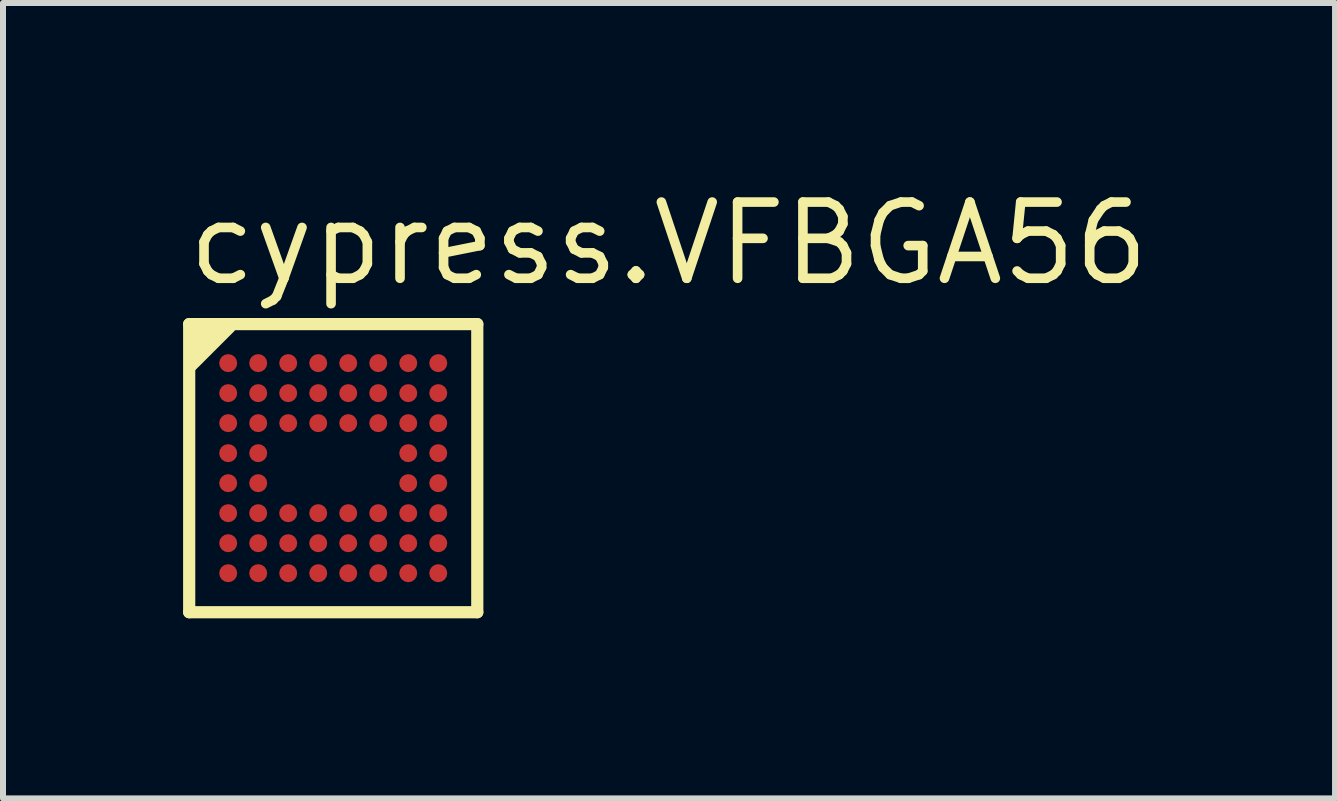
<source format=kicad_pcb>
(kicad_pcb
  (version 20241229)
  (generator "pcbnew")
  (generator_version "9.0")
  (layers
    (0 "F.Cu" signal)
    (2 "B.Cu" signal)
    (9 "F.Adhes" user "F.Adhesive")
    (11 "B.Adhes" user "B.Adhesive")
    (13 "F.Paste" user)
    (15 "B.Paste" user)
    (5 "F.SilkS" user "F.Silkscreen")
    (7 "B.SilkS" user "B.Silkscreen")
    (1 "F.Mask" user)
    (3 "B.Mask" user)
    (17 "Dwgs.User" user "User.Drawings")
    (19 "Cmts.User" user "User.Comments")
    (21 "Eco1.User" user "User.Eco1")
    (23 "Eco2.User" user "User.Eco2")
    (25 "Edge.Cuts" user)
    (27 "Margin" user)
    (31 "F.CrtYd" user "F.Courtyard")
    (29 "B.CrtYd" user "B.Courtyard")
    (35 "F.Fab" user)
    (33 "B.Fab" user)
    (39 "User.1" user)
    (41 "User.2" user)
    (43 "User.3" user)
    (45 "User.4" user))
  (footprint "cypress.VFBGA56"
    (layer "F.Cu")
    (at 2.502 4.75)
    (property "Reference" "cypress.VFBGA56" (at -2.5 -3 0) (layer "F.SilkS") (effects (font (size 1.27 1.27) (thickness 0.16)) (justify left bottom)))
    (attr smd)
    (fp_circle (center -1.75 -1.75) (end -1.6 -1.75) (stroke (width 0.1) (type default)) (fill no) (layer "F.Mask"))
    (fp_circle (center -1.75 -1.25) (end -1.6 -1.25) (stroke (width 0.1) (type default)) (fill no) (layer "F.Mask"))
    (fp_circle (center -1.75 -0.75) (end -1.6 -0.75) (stroke (width 0.1) (type default)) (fill no) (layer "F.Mask"))
    (fp_circle (center -1.75 -0.25) (end -1.6 -0.25) (stroke (width 0.1) (type default)) (fill no) (layer "F.Mask"))
    (fp_circle (center -1.75 0.25) (end -1.6 0.25) (stroke (width 0.1) (type default)) (fill no) (layer "F.Mask"))
    (fp_circle (center -1.75 0.75) (end -1.6 0.75) (stroke (width 0.1) (type default)) (fill no) (layer "F.Mask"))
    (fp_circle (center -1.75 1.25) (end -1.6 1.25) (stroke (width 0.1) (type default)) (fill no) (layer "F.Mask"))
    (fp_circle (center -1.75 1.75) (end -1.6 1.75) (stroke (width 0.1) (type default)) (fill no) (layer "F.Mask"))
    (fp_circle (center -1.25 -1.75) (end -1.1 -1.75) (stroke (width 0.1) (type default)) (fill no) (layer "F.Mask"))
    (fp_circle (center -1.25 -1.25) (end -1.1 -1.25) (stroke (width 0.1) (type default)) (fill no) (layer "F.Mask"))
    (fp_circle (center -1.25 -0.75) (end -1.1 -0.75) (stroke (width 0.1) (type default)) (fill no) (layer "F.Mask"))
    (fp_circle (center -1.25 -0.25) (end -1.1 -0.25) (stroke (width 0.1) (type default)) (fill no) (layer "F.Mask"))
    (fp_circle (center -1.25 0.25) (end -1.1 0.25) (stroke (width 0.1) (type default)) (fill no) (layer "F.Mask"))
    (fp_circle (center -1.25 0.75) (end -1.1 0.75) (stroke (width 0.1) (type default)) (fill no) (layer "F.Mask"))
    (fp_circle (center -1.25 1.25) (end -1.1 1.25) (stroke (width 0.1) (type default)) (fill no) (layer "F.Mask"))
    (fp_circle (center -1.25 1.75) (end -1.1 1.75) (stroke (width 0.1) (type default)) (fill no) (layer "F.Mask"))
    (fp_circle (center -0.75 -1.75) (end -0.6 -1.75) (stroke (width 0.1) (type default)) (fill no) (layer "F.Mask"))
    (fp_circle (center -0.75 -1.25) (end -0.6 -1.25) (stroke (width 0.1) (type default)) (fill no) (layer "F.Mask"))
    (fp_circle (center -0.75 -0.75) (end -0.6 -0.75) (stroke (width 0.1) (type default)) (fill no) (layer "F.Mask"))
    (fp_circle (center -0.75 0.75) (end -0.6 0.75) (stroke (width 0.1) (type default)) (fill no) (layer "F.Mask"))
    (fp_circle (center -0.75 1.25) (end -0.6 1.25) (stroke (width 0.1) (type default)) (fill no) (layer "F.Mask"))
    (fp_circle (center -0.75 1.75) (end -0.6 1.75) (stroke (width 0.1) (type default)) (fill no) (layer "F.Mask"))
    (fp_circle (center -0.25 -1.75) (end -0.1 -1.75) (stroke (width 0.1) (type default)) (fill no) (layer "F.Mask"))
    (fp_circle (center -0.25 -1.25) (end -0.1 -1.25) (stroke (width 0.1) (type default)) (fill no) (layer "F.Mask"))
    (fp_circle (center -0.25 -0.75) (end -0.1 -0.75) (stroke (width 0.1) (type default)) (fill no) (layer "F.Mask"))
    (fp_circle (center -0.25 0.75) (end -0.1 0.75) (stroke (width 0.1) (type default)) (fill no) (layer "F.Mask"))
    (fp_circle (center -0.25 1.25) (end -0.1 1.25) (stroke (width 0.1) (type default)) (fill no) (layer "F.Mask"))
    (fp_circle (center -0.25 1.75) (end -0.1 1.75) (stroke (width 0.1) (type default)) (fill no) (layer "F.Mask"))
    (fp_circle (center 0.25 -1.75) (end 0.4 -1.75) (stroke (width 0.1) (type default)) (fill no) (layer "F.Mask"))
    (fp_circle (center 0.25 -1.25) (end 0.4 -1.25) (stroke (width 0.1) (type default)) (fill no) (layer "F.Mask"))
    (fp_circle (center 0.25 -0.75) (end 0.4 -0.75) (stroke (width 0.1) (type default)) (fill no) (layer "F.Mask"))
    (fp_circle (center 0.25 0.75) (end 0.4 0.75) (stroke (width 0.1) (type default)) (fill no) (layer "F.Mask"))
    (fp_circle (center 0.25 1.25) (end 0.4 1.25) (stroke (width 0.1) (type default)) (fill no) (layer "F.Mask"))
    (fp_circle (center 0.25 1.75) (end 0.4 1.75) (stroke (width 0.1) (type default)) (fill no) (layer "F.Mask"))
    (fp_circle (center 0.75 -1.75) (end 0.9 -1.75) (stroke (width 0.1) (type default)) (fill no) (layer "F.Mask"))
    (fp_circle (center 0.75 -1.25) (end 0.9 -1.25) (stroke (width 0.1) (type default)) (fill no) (layer "F.Mask"))
    (fp_circle (center 0.75 -0.75) (end 0.9 -0.75) (stroke (width 0.1) (type default)) (fill no) (layer "F.Mask"))
    (fp_circle (center 0.75 0.75) (end 0.9 0.75) (stroke (width 0.1) (type default)) (fill no) (layer "F.Mask"))
    (fp_circle (center 0.75 1.25) (end 0.9 1.25) (stroke (width 0.1) (type default)) (fill no) (layer "F.Mask"))
    (fp_circle (center 0.75 1.75) (end 0.9 1.75) (stroke (width 0.1) (type default)) (fill no) (layer "F.Mask"))
    (fp_circle (center 1.25 -1.75) (end 1.4 -1.75) (stroke (width 0.1) (type default)) (fill no) (layer "F.Mask"))
    (fp_circle (center 1.25 -1.25) (end 1.4 -1.25) (stroke (width 0.1) (type default)) (fill no) (layer "F.Mask"))
    (fp_circle (center 1.25 -0.75) (end 1.4 -0.75) (stroke (width 0.1) (type default)) (fill no) (layer "F.Mask"))
    (fp_circle (center 1.25 -0.25) (end 1.4 -0.25) (stroke (width 0.1) (type default)) (fill no) (layer "F.Mask"))
    (fp_circle (center 1.25 0.25) (end 1.4 0.25) (stroke (width 0.1) (type default)) (fill no) (layer "F.Mask"))
    (fp_circle (center 1.25 0.75) (end 1.4 0.75) (stroke (width 0.1) (type default)) (fill no) (layer "F.Mask"))
    (fp_circle (center 1.25 1.25) (end 1.4 1.25) (stroke (width 0.1) (type default)) (fill no) (layer "F.Mask"))
    (fp_circle (center 1.25 1.75) (end 1.4 1.75) (stroke (width 0.1) (type default)) (fill no) (layer "F.Mask"))
    (fp_circle (center 1.75 -1.75) (end 1.9 -1.75) (stroke (width 0.1) (type default)) (fill no) (layer "F.Mask"))
    (fp_circle (center 1.75 -1.25) (end 1.9 -1.25) (stroke (width 0.1) (type default)) (fill no) (layer "F.Mask"))
    (fp_circle (center 1.75 -0.75) (end 1.9 -0.75) (stroke (width 0.1) (type default)) (fill no) (layer "F.Mask"))
    (fp_circle (center 1.75 -0.25) (end 1.9 -0.25) (stroke (width 0.1) (type default)) (fill no) (layer "F.Mask"))
    (fp_circle (center 1.75 0.25) (end 1.9 0.25) (stroke (width 0.1) (type default)) (fill no) (layer "F.Mask"))
    (fp_circle (center 1.75 0.75) (end 1.9 0.75) (stroke (width 0.1) (type default)) (fill no) (layer "F.Mask"))
    (fp_circle (center 1.75 1.25) (end 1.9 1.25) (stroke (width 0.1) (type default)) (fill no) (layer "F.Mask"))
    (fp_circle (center 1.75 1.75) (end 1.9 1.75) (stroke (width 0.1) (type default)) (fill no) (layer "F.Mask"))
    (fp_line (start -2.4 -2.4) (end -2.4 2.4) (stroke (width 0.203) (type default)) (layer "F.SilkS"))
    (fp_line (start -2.4 2.4) (end 2.4 2.4) (stroke (width 0.203) (type default)) (layer "F.SilkS"))
    (fp_line (start 2.4 -2.4) (end -2.4 -2.4) (stroke (width 0.203) (type default)) (layer "F.SilkS"))
    (fp_line (start 2.4 2.4) (end 2.4 -2.4) (stroke (width 0.203) (type default)) (layer "F.SilkS"))
    (fp_poly (pts (xy -2.375 -1.7) (xy -1.725 -2.35) (xy -2.375 -2.35)) (stroke (width 0.203) (type default)) (fill yes) (layer "F.SilkS"))
    (pad "A1" smd roundrect (at -1.75 -1.75) (size 0.3 0.3) (layers "F.Cu" "F.Mask" "F.Paste") (roundrect_rratio 0.5))
    (pad "A2" smd roundrect (at -1.25 -1.75) (size 0.3 0.3) (layers "F.Cu" "F.Mask" "F.Paste") (roundrect_rratio 0.5))
    (pad "A3" smd roundrect (at -0.75 -1.75) (size 0.3 0.3) (layers "F.Cu" "F.Mask" "F.Paste") (roundrect_rratio 0.5))
    (pad "A4" smd roundrect (at -0.25 -1.75) (size 0.3 0.3) (layers "F.Cu" "F.Mask" "F.Paste") (roundrect_rratio 0.5))
    (pad "A5" smd roundrect (at 0.25 -1.75) (size 0.3 0.3) (layers "F.Cu" "F.Mask" "F.Paste") (roundrect_rratio 0.5))
    (pad "A6" smd roundrect (at 0.75 -1.75) (size 0.3 0.3) (layers "F.Cu" "F.Mask" "F.Paste") (roundrect_rratio 0.5))
    (pad "A7" smd roundrect (at 1.25 -1.75) (size 0.3 0.3) (layers "F.Cu" "F.Mask" "F.Paste") (roundrect_rratio 0.5))
    (pad "A8" smd roundrect (at 1.75 -1.75) (size 0.3 0.3) (layers "F.Cu" "F.Mask" "F.Paste") (roundrect_rratio 0.5))
    (pad "B1" smd roundrect (at -1.75 -1.25) (size 0.3 0.3) (layers "F.Cu" "F.Mask" "F.Paste") (roundrect_rratio 0.5))
    (pad "B2" smd roundrect (at -1.25 -1.25) (size 0.3 0.3) (layers "F.Cu" "F.Mask" "F.Paste") (roundrect_rratio 0.5))
    (pad "B3" smd roundrect (at -0.75 -1.25) (size 0.3 0.3) (layers "F.Cu" "F.Mask" "F.Paste") (roundrect_rratio 0.5))
    (pad "B4" smd roundrect (at -0.25 -1.25) (size 0.3 0.3) (layers "F.Cu" "F.Mask" "F.Paste") (roundrect_rratio 0.5))
    (pad "B5" smd roundrect (at 0.25 -1.25) (size 0.3 0.3) (layers "F.Cu" "F.Mask" "F.Paste") (roundrect_rratio 0.5))
    (pad "B6" smd roundrect (at 0.75 -1.25) (size 0.3 0.3) (layers "F.Cu" "F.Mask" "F.Paste") (roundrect_rratio 0.5))
    (pad "B7" smd roundrect (at 1.25 -1.25) (size 0.3 0.3) (layers "F.Cu" "F.Mask" "F.Paste") (roundrect_rratio 0.5))
    (pad "B8" smd roundrect (at 1.75 -1.25) (size 0.3 0.3) (layers "F.Cu" "F.Mask" "F.Paste") (roundrect_rratio 0.5))
    (pad "C1" smd roundrect (at -1.75 -0.75) (size 0.3 0.3) (layers "F.Cu" "F.Mask" "F.Paste") (roundrect_rratio 0.5))
    (pad "C2" smd roundrect (at -1.25 -0.75) (size 0.3 0.3) (layers "F.Cu" "F.Mask" "F.Paste") (roundrect_rratio 0.5))
    (pad "C3" smd roundrect (at -0.75 -0.75) (size 0.3 0.3) (layers "F.Cu" "F.Mask" "F.Paste") (roundrect_rratio 0.5))
    (pad "C4" smd roundrect (at -0.25 -0.75) (size 0.3 0.3) (layers "F.Cu" "F.Mask" "F.Paste") (roundrect_rratio 0.5))
    (pad "C5" smd roundrect (at 0.25 -0.75) (size 0.3 0.3) (layers "F.Cu" "F.Mask" "F.Paste") (roundrect_rratio 0.5))
    (pad "C6" smd roundrect (at 0.75 -0.75) (size 0.3 0.3) (layers "F.Cu" "F.Mask" "F.Paste") (roundrect_rratio 0.5))
    (pad "C7" smd roundrect (at 1.25 -0.75) (size 0.3 0.3) (layers "F.Cu" "F.Mask" "F.Paste") (roundrect_rratio 0.5))
    (pad "C8" smd roundrect (at 1.75 -0.75) (size 0.3 0.3) (layers "F.Cu" "F.Mask" "F.Paste") (roundrect_rratio 0.5))
    (pad "D1" smd roundrect (at -1.75 -0.25) (size 0.3 0.3) (layers "F.Cu" "F.Mask" "F.Paste") (roundrect_rratio 0.5))
    (pad "D2" smd roundrect (at -1.25 -0.25) (size 0.3 0.3) (layers "F.Cu" "F.Mask" "F.Paste") (roundrect_rratio 0.5))
    (pad "D7" smd roundrect (at 1.25 -0.25) (size 0.3 0.3) (layers "F.Cu" "F.Mask" "F.Paste") (roundrect_rratio 0.5))
    (pad "D8" smd roundrect (at 1.75 -0.25) (size 0.3 0.3) (layers "F.Cu" "F.Mask" "F.Paste") (roundrect_rratio 0.5))
    (pad "E1" smd roundrect (at -1.75 0.25) (size 0.3 0.3) (layers "F.Cu" "F.Mask" "F.Paste") (roundrect_rratio 0.5))
    (pad "E2" smd roundrect (at -1.25 0.25) (size 0.3 0.3) (layers "F.Cu" "F.Mask" "F.Paste") (roundrect_rratio 0.5))
    (pad "E7" smd roundrect (at 1.25 0.25) (size 0.3 0.3) (layers "F.Cu" "F.Mask" "F.Paste") (roundrect_rratio 0.5))
    (pad "E8" smd roundrect (at 1.75 0.25) (size 0.3 0.3) (layers "F.Cu" "F.Mask" "F.Paste") (roundrect_rratio 0.5))
    (pad "F1" smd roundrect (at -1.75 0.75) (size 0.3 0.3) (layers "F.Cu" "F.Mask" "F.Paste") (roundrect_rratio 0.5))
    (pad "F2" smd roundrect (at -1.25 0.75) (size 0.3 0.3) (layers "F.Cu" "F.Mask" "F.Paste") (roundrect_rratio 0.5))
    (pad "F3" smd roundrect (at -0.75 0.75) (size 0.3 0.3) (layers "F.Cu" "F.Mask" "F.Paste") (roundrect_rratio 0.5))
    (pad "F4" smd roundrect (at -0.25 0.75) (size 0.3 0.3) (layers "F.Cu" "F.Mask" "F.Paste") (roundrect_rratio 0.5))
    (pad "F5" smd roundrect (at 0.25 0.75) (size 0.3 0.3) (layers "F.Cu" "F.Mask" "F.Paste") (roundrect_rratio 0.5))
    (pad "F6" smd roundrect (at 0.75 0.75) (size 0.3 0.3) (layers "F.Cu" "F.Mask" "F.Paste") (roundrect_rratio 0.5))
    (pad "F7" smd roundrect (at 1.25 0.75) (size 0.3 0.3) (layers "F.Cu" "F.Mask" "F.Paste") (roundrect_rratio 0.5))
    (pad "F8" smd roundrect (at 1.75 0.75) (size 0.3 0.3) (layers "F.Cu" "F.Mask" "F.Paste") (roundrect_rratio 0.5))
    (pad "G1" smd roundrect (at -1.75 1.25) (size 0.3 0.3) (layers "F.Cu" "F.Mask" "F.Paste") (roundrect_rratio 0.5))
    (pad "G2" smd roundrect (at -1.25 1.25) (size 0.3 0.3) (layers "F.Cu" "F.Mask" "F.Paste") (roundrect_rratio 0.5))
    (pad "G3" smd roundrect (at -0.75 1.25) (size 0.3 0.3) (layers "F.Cu" "F.Mask" "F.Paste") (roundrect_rratio 0.5))
    (pad "G4" smd roundrect (at -0.25 1.25) (size 0.3 0.3) (layers "F.Cu" "F.Mask" "F.Paste") (roundrect_rratio 0.5))
    (pad "G5" smd roundrect (at 0.25 1.25) (size 0.3 0.3) (layers "F.Cu" "F.Mask" "F.Paste") (roundrect_rratio 0.5))
    (pad "G6" smd roundrect (at 0.75 1.25) (size 0.3 0.3) (layers "F.Cu" "F.Mask" "F.Paste") (roundrect_rratio 0.5))
    (pad "G7" smd roundrect (at 1.25 1.25) (size 0.3 0.3) (layers "F.Cu" "F.Mask" "F.Paste") (roundrect_rratio 0.5))
    (pad "G8" smd roundrect (at 1.75 1.25) (size 0.3 0.3) (layers "F.Cu" "F.Mask" "F.Paste") (roundrect_rratio 0.5))
    (pad "H1" smd roundrect (at -1.75 1.75) (size 0.3 0.3) (layers "F.Cu" "F.Mask" "F.Paste") (roundrect_rratio 0.5))
    (pad "H2" smd roundrect (at -1.25 1.75) (size 0.3 0.3) (layers "F.Cu" "F.Mask" "F.Paste") (roundrect_rratio 0.5))
    (pad "H3" smd roundrect (at -0.75 1.75) (size 0.3 0.3) (layers "F.Cu" "F.Mask" "F.Paste") (roundrect_rratio 0.5))
    (pad "H4" smd roundrect (at -0.25 1.75) (size 0.3 0.3) (layers "F.Cu" "F.Mask" "F.Paste") (roundrect_rratio 0.5))
    (pad "H5" smd roundrect (at 0.25 1.75) (size 0.3 0.3) (layers "F.Cu" "F.Mask" "F.Paste") (roundrect_rratio 0.5))
    (pad "H6" smd roundrect (at 0.75 1.75) (size 0.3 0.3) (layers "F.Cu" "F.Mask" "F.Paste") (roundrect_rratio 0.5))
    (pad "H7" smd roundrect (at 1.25 1.75) (size 0.3 0.3) (layers "F.Cu" "F.Mask" "F.Paste") (roundrect_rratio 0.5))
    (pad "H8" smd roundrect (at 1.75 1.75) (size 0.3 0.3) (layers "F.Cu" "F.Mask" "F.Paste") (roundrect_rratio 0.5)))
  (gr_rect
    (start -3 -3)
    (end 19.193 10.252)
    (stroke (width 0.1) (type default))
    (fill no)
    (layer "Edge.Cuts")))
</source>
